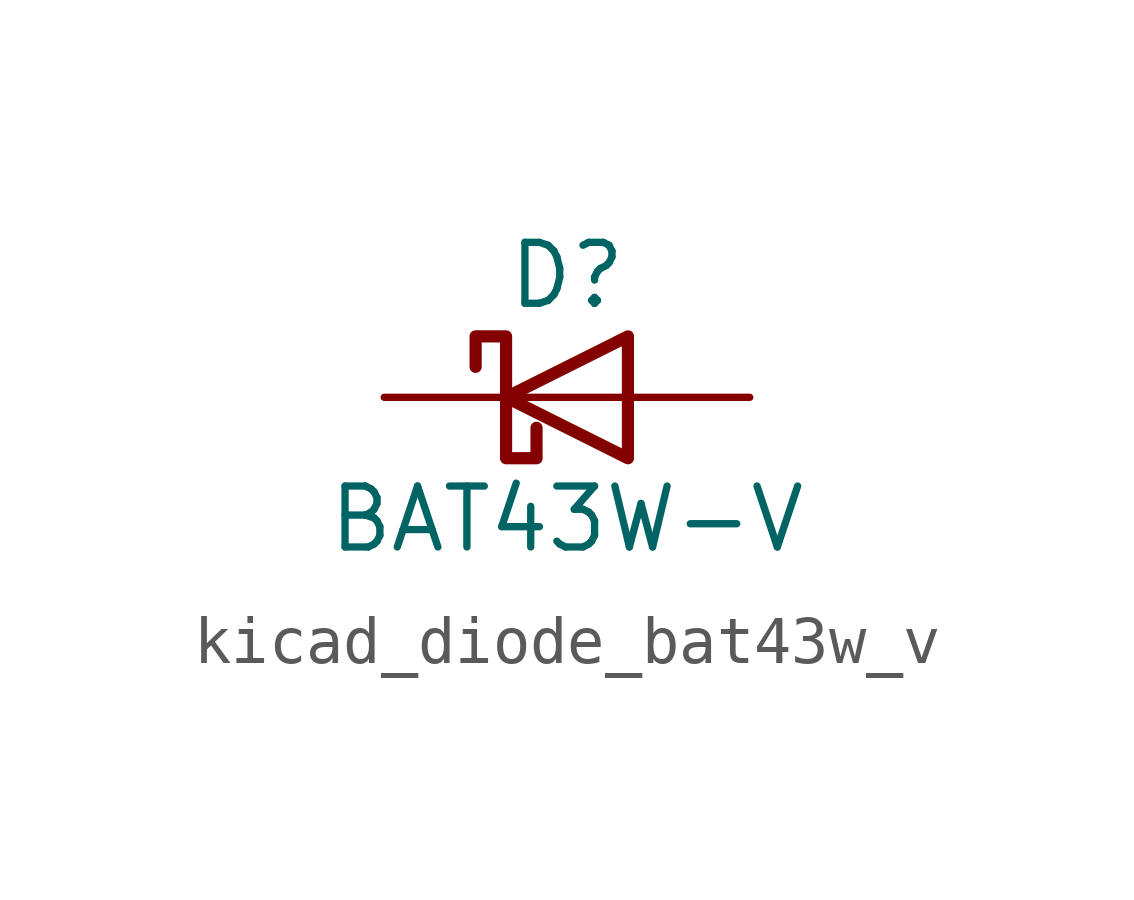
<source format=kicad_sym>
(kicad_symbol_lib
  (version 20220914)
  (generator kicad_symbol_editor)
  (symbol "kicad_diode_bat43w_v"
    (pin_numbers hide)
    (pin_names
      (offset 1.016) hide)
    (property "Reference" "D"
      (at 0 2.54 0)
      (effects (font (size 1.27 1.27))))
    (property "Value" "BAT43W-V"
      (at 0 -2.54 0)
      (effects (font (size 1.27 1.27))))
    (symbol "kicad_diode_bat43w_v_0_1"
      (polyline (pts (xy 1.27 0) (xy -1.27 0)) (stroke (width 0) (type default)) (fill (type none)))
      (polyline (pts (xy 1.27 1.27) (xy 1.27 -1.27) (xy -1.27 0) (xy 1.27 1.27)) (stroke (width 0.254) (type default)) (fill (type none)))
      (polyline (pts (xy -1.905 0.635) (xy -1.905 1.27) (xy -1.27 1.27) (xy -1.27 -1.27) (xy -0.635 -1.27) (xy -0.635 -0.635)) (stroke (width 0.254) (type default)) (fill (type none))))
    (symbol "kicad_diode_bat43w_v_1_1"
      (pin passive line (at -3.81 0 0) (length 2.54) (name "K" (effects (font (size 1.27 1.27)))) (number "1" (effects (font (size 1.27 1.27)))))
      (pin passive line (at 3.81 0 180) (length 2.54) (name "A" (effects (font (size 1.27 1.27)))) (number "2" (effects (font (size 1.27 1.27))))))))
</source>
